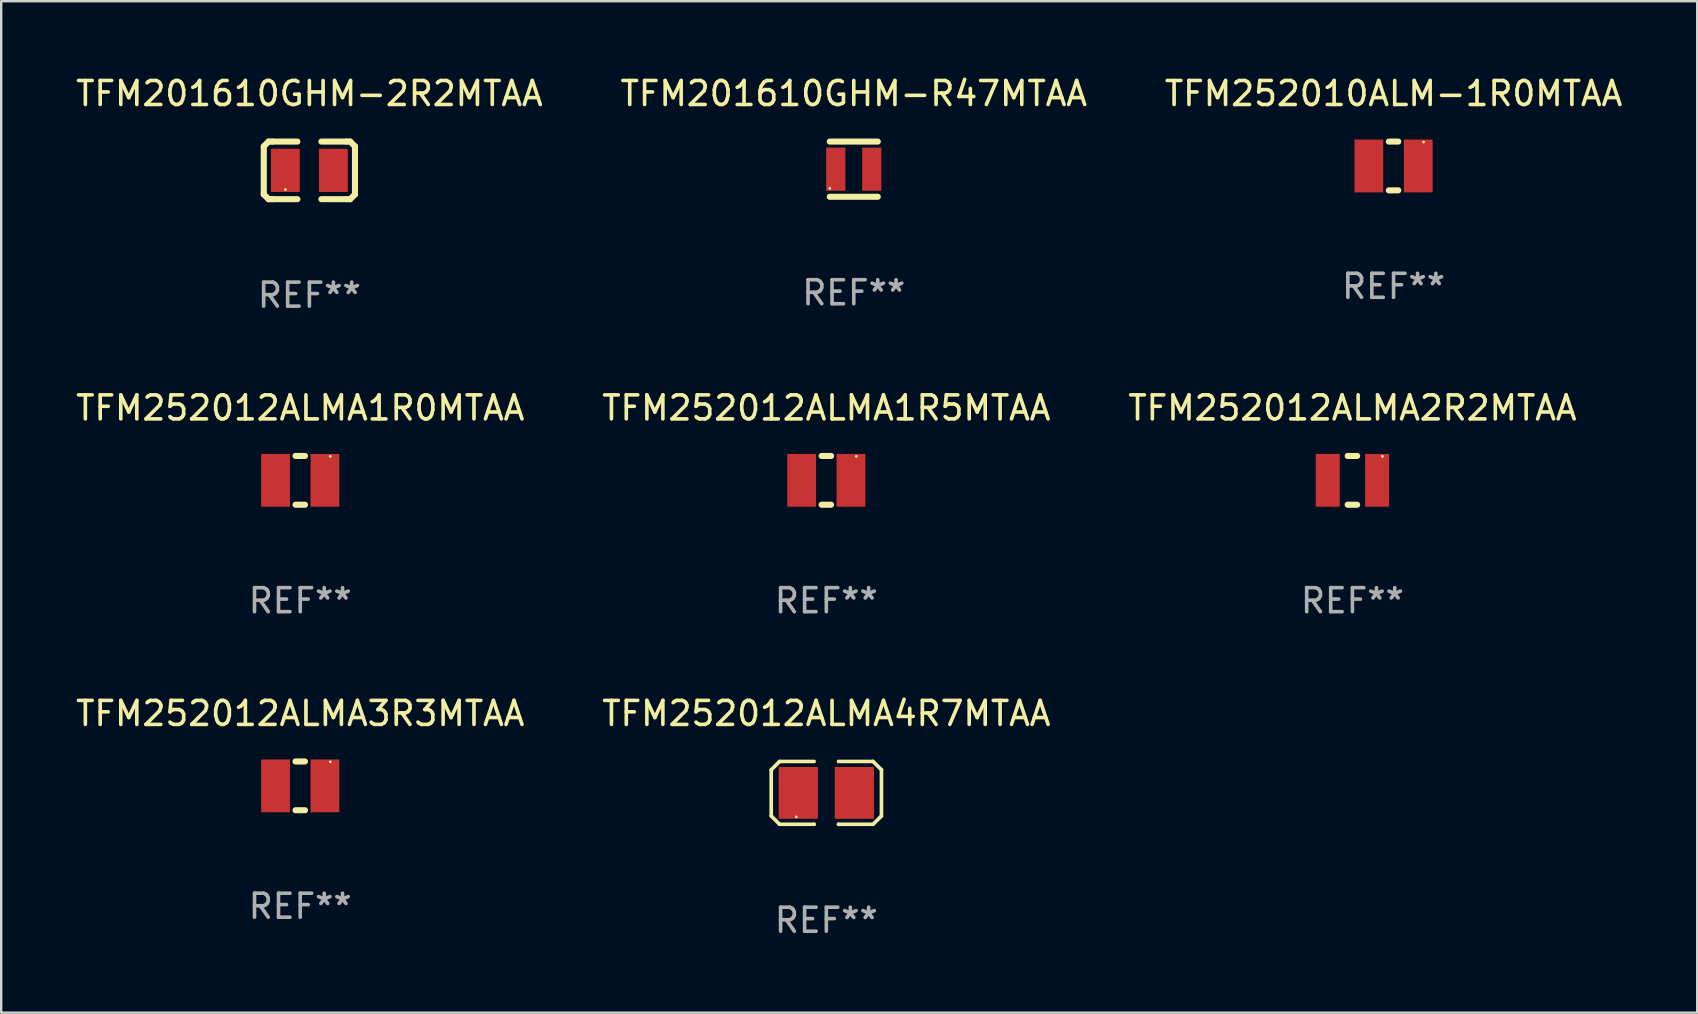
<source format=kicad_pcb>
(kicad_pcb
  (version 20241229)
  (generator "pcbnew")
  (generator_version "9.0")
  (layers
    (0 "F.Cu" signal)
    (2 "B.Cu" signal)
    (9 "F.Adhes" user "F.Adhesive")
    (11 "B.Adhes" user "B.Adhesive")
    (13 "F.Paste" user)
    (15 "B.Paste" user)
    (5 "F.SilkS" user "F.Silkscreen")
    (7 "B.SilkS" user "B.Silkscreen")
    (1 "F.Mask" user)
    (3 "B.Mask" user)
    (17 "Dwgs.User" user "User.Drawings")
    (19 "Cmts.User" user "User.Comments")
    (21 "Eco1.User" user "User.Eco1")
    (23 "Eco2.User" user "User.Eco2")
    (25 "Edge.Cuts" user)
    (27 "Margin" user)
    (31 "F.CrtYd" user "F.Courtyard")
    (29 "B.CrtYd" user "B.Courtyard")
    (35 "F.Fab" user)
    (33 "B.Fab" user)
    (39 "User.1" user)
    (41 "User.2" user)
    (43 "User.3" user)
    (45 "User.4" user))
  (footprint "TFM201610GHM-2R2MTAA"
    (layer "F.Cu")
    (at 9.839 4.048)
    (property "Reference" "TFM201610GHM-2R2MTAA" (at 0 -3.2 0) (layer "F.SilkS") (effects (font (size 1 1) (thickness 0.15))))
    (attr through_hole)
    (fp_line (start -1.9 -1) (end -1.9 1) (stroke (width 0.254) (type solid)) (layer "F.SilkS"))
    (fp_line (start -1.7 -1.2) (end -1.9 -1) (stroke (width 0.254) (type solid)) (layer "F.SilkS"))
    (fp_line (start -1.7 1.2) (end -1.9 1) (stroke (width 0.254) (type solid)) (layer "F.SilkS"))
    (fp_line (start -1.55 -1.2) (end -1.7 -1.2) (stroke (width 0.254) (type solid)) (layer "F.SilkS"))
    (fp_line (start -1.55 1.2) (end -1.7 1.2) (stroke (width 0.254) (type solid)) (layer "F.SilkS"))
    (fp_line (start -0.5 -1.2) (end -1.55 -1.2) (stroke (width 0.254) (type solid)) (layer "F.SilkS"))
    (fp_line (start -0.5 1.2) (end -1.55 1.2) (stroke (width 0.254) (type solid)) (layer "F.SilkS"))
    (fp_line (start 0.5 -1.2) (end 1.55 -1.2) (stroke (width 0.254) (type solid)) (layer "F.SilkS"))
    (fp_line (start 0.5 1.2) (end 1.55 1.2) (stroke (width 0.254) (type solid)) (layer "F.SilkS"))
    (fp_line (start 1.55 -1.2) (end 1.7 -1.2) (stroke (width 0.254) (type solid)) (layer "F.SilkS"))
    (fp_line (start 1.55 1.2) (end 1.7 1.2) (stroke (width 0.254) (type solid)) (layer "F.SilkS"))
    (fp_line (start 1.7 -1.2) (end 1.9 -1) (stroke (width 0.254) (type solid)) (layer "F.SilkS"))
    (fp_line (start 1.7 1.2) (end 1.9 1) (stroke (width 0.254) (type solid)) (layer "F.SilkS"))
    (fp_line (start 1.9 -1) (end 1.9 1) (stroke (width 0.254) (type solid)) (layer "F.SilkS"))
    (fp_circle (center -1 0.8) (end -0.97 0.8) (stroke (width 0.06) (type solid)) (fill no) (layer "F.SilkS"))
    (fp_text user "REF**" (at 0 5.2 0) (layer "F.Fab") (effects (font (size 1 1) (thickness 0.15))))
    (pad "1" smd rect (at -1 0) (size 1.2 1.8) (layers "F.Cu" "F.Mask" "F.Paste"))
    (pad "2" smd rect (at 1 0) (size 1.2 1.8) (layers "F.Cu" "F.Mask" "F.Paste")))
  (footprint "TFM252010ALM-1R0MTAA"
    (layer "F.Cu")
    (at 55.006 3.864)
    (property "Reference" "TFM252010ALM-1R0MTAA" (at 0 -3.016 0) (layer "F.SilkS") (effects (font (size 1 1) (thickness 0.15))))
    (attr through_hole)
    (fp_line (start -0.197 1.016) (end 0.197 1.016) (stroke (width 0.254) (type solid)) (layer "F.SilkS"))
    (fp_line (start 0.197 -1.016) (end -0.197 -1.016) (stroke (width 0.254) (type solid)) (layer "F.SilkS"))
    (fp_circle (center 1.25 -1) (end 1.28 -1) (stroke (width 0.06) (type solid)) (fill no) (layer "F.SilkS"))
    (fp_text user "REF**" (at 0 5.016 0) (layer "F.Fab") (effects (font (size 1 1) (thickness 0.15))))
    (pad "1" smd rect (at 1.028 0) (size 1.2 2.2) (layers "F.Cu" "F.Mask" "F.Paste"))
    (pad "2" smd rect (at -1.028 0) (size 1.2 2.2) (layers "F.Cu" "F.Mask" "F.Paste")))
  (footprint "TFM252012ALMA1R5MTAA"
    (layer "F.Cu")
    (at 31.375 16.961)
    (property "Reference" "TFM252012ALMA1R5MTAA" (at 0 -3.016 0) (layer "F.SilkS") (effects (font (size 1 1) (thickness 0.15))))
    (attr through_hole)
    (fp_line (start -0.197 1.016) (end 0.197 1.016) (stroke (width 0.254) (type solid)) (layer "F.SilkS"))
    (fp_line (start 0.197 -1.016) (end -0.197 -1.016) (stroke (width 0.254) (type solid)) (layer "F.SilkS"))
    (fp_circle (center 1.25 -1) (end 1.28 -1) (stroke (width 0.06) (type solid)) (fill no) (layer "F.SilkS"))
    (fp_text user "REF**" (at 0 5.016 0) (layer "F.Fab") (effects (font (size 1 1) (thickness 0.15))))
    (pad "1" smd rect (at 1.028 0) (size 1.2 2.2) (layers "F.Cu" "F.Mask" "F.Paste"))
    (pad "2" smd rect (at -1.028 0) (size 1.2 2.2) (layers "F.Cu" "F.Mask" "F.Paste")))
  (footprint "TFM252012ALMA2R2MTAA"
    (layer "F.Cu")
    (at 53.292 16.961)
    (property "Reference" "TFM252012ALMA2R2MTAA" (at 0 -3.016 0) (layer "F.SilkS") (effects (font (size 1 1) (thickness 0.15))))
    (attr through_hole)
    (fp_line (start -0.197 1.016) (end 0.197 1.016) (stroke (width 0.254) (type solid)) (layer "F.SilkS"))
    (fp_line (start 0.197 -1.016) (end -0.197 -1.016) (stroke (width 0.254) (type solid)) (layer "F.SilkS"))
    (fp_circle (center 1.25 -1) (end 1.28 -1) (stroke (width 0.06) (type solid)) (fill no) (layer "F.SilkS"))
    (fp_text user "REF**" (at 0 5.016 0) (layer "F.Fab") (effects (font (size 1 1) (thickness 0.15))))
    (pad "1" smd rect (at 1.028 0) (size 1 2.2) (layers "F.Cu" "F.Mask" "F.Paste"))
    (pad "2" smd rect (at -1.028 0) (size 1 2.2) (layers "F.Cu" "F.Mask" "F.Paste")))
  (footprint "TFM252012ALMA4R7MTAA"
    (layer "F.Cu")
    (at 31.375 29.981)
    (property "Reference" "TFM252012ALMA4R7MTAA" (at 0 -3.308 0) (layer "F.SilkS") (effects (font (size 1 1) (thickness 0.15))))
    (attr through_hole)
    (fp_line (start -2.296 -0.96) (end -1.948 -1.308) (stroke (width 0.152) (type solid)) (layer "F.SilkS"))
    (fp_line (start -2.296 0.96) (end -2.296 -0.96) (stroke (width 0.152) (type solid)) (layer "F.SilkS"))
    (fp_line (start -1.948 -1.308) (end -0.508 -1.308) (stroke (width 0.152) (type solid)) (layer "F.SilkS"))
    (fp_line (start -1.948 1.308) (end -2.296 0.96) (stroke (width 0.152) (type solid)) (layer "F.SilkS"))
    (fp_line (start -0.508 1.308) (end -1.948 1.308) (stroke (width 0.152) (type solid)) (layer "F.SilkS"))
    (fp_line (start -0.508 1.308) (end -0.508 1.308) (stroke (width 0.152) (type solid)) (layer "F.SilkS"))
    (fp_line (start 0.508 1.308) (end 0.508 1.308) (stroke (width 0.152) (type solid)) (layer "F.SilkS"))
    (fp_line (start 0.508 1.308) (end 1.948 1.308) (stroke (width 0.152) (type solid)) (layer "F.SilkS"))
    (fp_line (start 1.948 -1.308) (end 0.508 -1.308) (stroke (width 0.152) (type solid)) (layer "F.SilkS"))
    (fp_line (start 1.948 1.308) (end 2.296 0.963) (stroke (width 0.152) (type solid)) (layer "F.SilkS"))
    (fp_line (start 2.296 -0.963) (end 1.948 -1.308) (stroke (width 0.152) (type solid)) (layer "F.SilkS"))
    (fp_line (start 2.296 0.963) (end 2.296 -0.963) (stroke (width 0.152) (type solid)) (layer "F.SilkS"))
    (fp_circle (center -1.25 1) (end -1.22 1) (stroke (width 0.06) (type solid)) (fill no) (layer "F.SilkS"))
    (fp_text user "REF**" (at 0 5.308 0) (layer "F.Fab") (effects (font (size 1 1) (thickness 0.15))))
    (pad "1" smd rect (at -1.168 0.000025) (size 1.635 2.16) (layers "F.Cu" "F.Mask" "F.Paste"))
    (pad "2" smd rect (at 1.168 0.000025) (size 1.635 2.16) (layers "F.Cu" "F.Mask" "F.Paste")))
  (footprint "TFM201610GHM-R47MTAA"
    (layer "F.Cu")
    (at 32.518 3.998)
    (property "Reference" "TFM201610GHM-R47MTAA" (at 0 -3.15 0) (layer "F.SilkS") (effects (font (size 1 1) (thickness 0.15))))
    (attr through_hole)
    (fp_line (start -1 -1.15) (end 1 -1.15) (stroke (width 0.254) (type solid)) (layer "F.SilkS"))
    (fp_line (start 1 1.15) (end -1 1.15) (stroke (width 0.254) (type solid)) (layer "F.SilkS"))
    (fp_circle (center -1 0.8) (end -0.97 0.8) (stroke (width 0.06) (type solid)) (fill no) (layer "F.SilkS"))
    (fp_text user "REF**" (at 0 5.15 0) (layer "F.Fab") (effects (font (size 1 1) (thickness 0.15))))
    (pad "1" smd rect (at -0.75 0 90) (size 1.8 0.8) (layers "F.Cu" "F.Mask" "F.Paste"))
    (pad "2" smd rect (at 0.75 0 90) (size 1.8 0.8) (layers "F.Cu" "F.Mask" "F.Paste")))
  (footprint "TFM252012ALMA1R0MTAA"
    (layer "F.Cu")
    (at 9.458 16.961)
    (property "Reference" "TFM252012ALMA1R0MTAA" (at 0 -3.016 0) (layer "F.SilkS") (effects (font (size 1 1) (thickness 0.15))))
    (attr through_hole)
    (fp_line (start -0.197 1.016) (end 0.197 1.016) (stroke (width 0.254) (type solid)) (layer "F.SilkS"))
    (fp_line (start 0.197 -1.016) (end -0.197 -1.016) (stroke (width 0.254) (type solid)) (layer "F.SilkS"))
    (fp_circle (center 1.25 -1) (end 1.28 -1) (stroke (width 0.06) (type solid)) (fill no) (layer "F.SilkS"))
    (fp_text user "REF**" (at 0 5.016 0) (layer "F.Fab") (effects (font (size 1 1) (thickness 0.15))))
    (pad "1" smd rect (at 1.028 0) (size 1.2 2.2) (layers "F.Cu" "F.Mask" "F.Paste"))
    (pad "2" smd rect (at -1.028 0) (size 1.2 2.2) (layers "F.Cu" "F.Mask" "F.Paste")))
  (footprint "TFM252012ALMA3R3MTAA"
    (layer "F.Cu")
    (at 9.458 29.689)
    (property "Reference" "TFM252012ALMA3R3MTAA" (at 0 -3.016 0) (layer "F.SilkS") (effects (font (size 1 1) (thickness 0.15))))
    (attr through_hole)
    (fp_line (start -0.197 1.016) (end 0.197 1.016) (stroke (width 0.254) (type solid)) (layer "F.SilkS"))
    (fp_line (start 0.197 -1.016) (end -0.197 -1.016) (stroke (width 0.254) (type solid)) (layer "F.SilkS"))
    (fp_circle (center 1.25 -1) (end 1.28 -1) (stroke (width 0.06) (type solid)) (fill no) (layer "F.SilkS"))
    (fp_text user "REF**" (at 0 5.016 0) (layer "F.Fab") (effects (font (size 1 1) (thickness 0.15))))
    (pad "1" smd rect (at 1.028 0) (size 1.2 2.2) (layers "F.Cu" "F.Mask" "F.Paste"))
    (pad "2" smd rect (at -1.028 0) (size 1.2 2.2) (layers "F.Cu" "F.Mask" "F.Paste")))
  (gr_rect
    (start -3 -3)
    (end 67.655 39.138)
    (stroke (width 0.1) (type default))
    (fill no)
    (layer "Edge.Cuts")))
</source>
